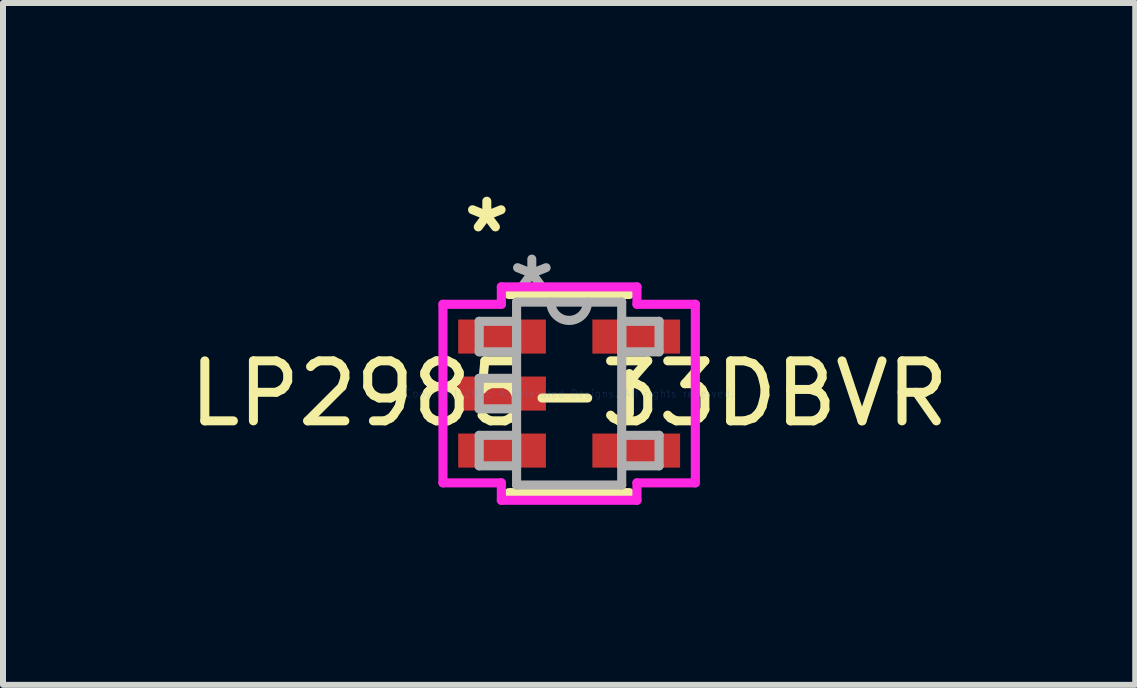
<source format=kicad_pcb>
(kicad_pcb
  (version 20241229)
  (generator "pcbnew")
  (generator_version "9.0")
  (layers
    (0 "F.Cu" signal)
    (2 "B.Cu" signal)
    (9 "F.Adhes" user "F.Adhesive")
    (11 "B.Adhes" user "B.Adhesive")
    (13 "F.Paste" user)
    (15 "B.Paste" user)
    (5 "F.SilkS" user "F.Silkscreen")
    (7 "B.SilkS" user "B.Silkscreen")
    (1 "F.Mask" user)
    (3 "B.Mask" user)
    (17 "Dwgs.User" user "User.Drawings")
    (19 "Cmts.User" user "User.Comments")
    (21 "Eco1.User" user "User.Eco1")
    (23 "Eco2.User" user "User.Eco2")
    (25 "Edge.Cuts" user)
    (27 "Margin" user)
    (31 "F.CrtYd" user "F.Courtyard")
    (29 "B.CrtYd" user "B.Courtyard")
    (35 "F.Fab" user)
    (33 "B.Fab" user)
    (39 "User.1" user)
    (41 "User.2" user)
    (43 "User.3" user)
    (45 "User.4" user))
  (footprint "LP2985-33DBVR"
    (layer "F.Cu")
    (at 6.435 3.509)
    (property "Reference" "LP2985-33DBVR" (at 0 0 0) (layer "F.SilkS") (effects (font (size 1 1) (thickness 0.15))))
    (attr through_hole)
    (fp_line (start -1.003 1.651) (end 1.003 1.651) (stroke (width 0.152) (type solid)) (layer "F.SilkS"))
    (fp_line (start 1.003 -1.651) (end -1.003 -1.651) (stroke (width 0.152) (type solid)) (layer "F.SilkS"))
    (fp_line (start 1.003 0.333) (end 1.003 -0.333) (stroke (width 0.152) (type solid)) (layer "F.SilkS"))
    (fp_line (start -2.103 -1.488) (end -1.13 -1.488) (stroke (width 0.152) (type solid)) (layer "F.CrtYd"))
    (fp_line (start -2.103 1.488) (end -2.103 -1.488) (stroke (width 0.152) (type solid)) (layer "F.CrtYd"))
    (fp_line (start -1.13 -1.778) (end 1.13 -1.778) (stroke (width 0.152) (type solid)) (layer "F.CrtYd"))
    (fp_line (start -1.13 -1.488) (end -1.13 -1.778) (stroke (width 0.152) (type solid)) (layer "F.CrtYd"))
    (fp_line (start -1.13 1.488) (end -2.103 1.488) (stroke (width 0.152) (type solid)) (layer "F.CrtYd"))
    (fp_line (start -1.13 1.778) (end -1.13 1.488) (stroke (width 0.152) (type solid)) (layer "F.CrtYd"))
    (fp_line (start 1.13 -1.778) (end 1.13 -1.488) (stroke (width 0.152) (type solid)) (layer "F.CrtYd"))
    (fp_line (start 1.13 -1.488) (end 2.103 -1.488) (stroke (width 0.152) (type solid)) (layer "F.CrtYd"))
    (fp_line (start 1.13 1.488) (end 1.13 1.778) (stroke (width 0.152) (type solid)) (layer "F.CrtYd"))
    (fp_line (start 1.13 1.778) (end -1.13 1.778) (stroke (width 0.152) (type solid)) (layer "F.CrtYd"))
    (fp_line (start 2.103 -1.488) (end 2.103 1.488) (stroke (width 0.152) (type solid)) (layer "F.CrtYd"))
    (fp_line (start 2.103 1.488) (end 1.13 1.488) (stroke (width 0.152) (type solid)) (layer "F.CrtYd"))
    (fp_line (start -1.499 -1.204) (end -1.499 -0.696) (stroke (width 0.152) (type solid)) (layer "F.Fab"))
    (fp_line (start -1.499 -0.696) (end -0.876 -0.696) (stroke (width 0.152) (type solid)) (layer "F.Fab"))
    (fp_line (start -1.499 -0.254) (end -1.499 0.254) (stroke (width 0.152) (type solid)) (layer "F.Fab"))
    (fp_line (start -1.499 0.254) (end -0.876 0.254) (stroke (width 0.152) (type solid)) (layer "F.Fab"))
    (fp_line (start -1.499 0.696) (end -1.499 1.204) (stroke (width 0.152) (type solid)) (layer "F.Fab"))
    (fp_line (start -1.499 1.204) (end -0.876 1.204) (stroke (width 0.152) (type solid)) (layer "F.Fab"))
    (fp_line (start -0.876 -1.524) (end -0.876 1.524) (stroke (width 0.152) (type solid)) (layer "F.Fab"))
    (fp_line (start -0.876 -1.204) (end -1.499 -1.204) (stroke (width 0.152) (type solid)) (layer "F.Fab"))
    (fp_line (start -0.876 -0.696) (end -0.876 -1.204) (stroke (width 0.152) (type solid)) (layer "F.Fab"))
    (fp_line (start -0.876 -0.254) (end -1.499 -0.254) (stroke (width 0.152) (type solid)) (layer "F.Fab"))
    (fp_line (start -0.876 0.254) (end -0.876 -0.254) (stroke (width 0.152) (type solid)) (layer "F.Fab"))
    (fp_line (start -0.876 0.696) (end -1.499 0.696) (stroke (width 0.152) (type solid)) (layer "F.Fab"))
    (fp_line (start -0.876 1.204) (end -0.876 0.696) (stroke (width 0.152) (type solid)) (layer "F.Fab"))
    (fp_line (start -0.876 1.524) (end 0.876 1.524) (stroke (width 0.152) (type solid)) (layer "F.Fab"))
    (fp_line (start 0.876 -1.524) (end -0.876 -1.524) (stroke (width 0.152) (type solid)) (layer "F.Fab"))
    (fp_line (start 0.876 -1.204) (end 0.876 -0.696) (stroke (width 0.152) (type solid)) (layer "F.Fab"))
    (fp_line (start 0.876 -0.696) (end 1.499 -0.696) (stroke (width 0.152) (type solid)) (layer "F.Fab"))
    (fp_line (start 0.876 0.696) (end 0.876 1.204) (stroke (width 0.152) (type solid)) (layer "F.Fab"))
    (fp_line (start 0.876 1.204) (end 1.499 1.204) (stroke (width 0.152) (type solid)) (layer "F.Fab"))
    (fp_line (start 0.876 1.524) (end 0.876 -1.524) (stroke (width 0.152) (type solid)) (layer "F.Fab"))
    (fp_line (start 1.499 -1.204) (end 0.876 -1.204) (stroke (width 0.152) (type solid)) (layer "F.Fab"))
    (fp_line (start 1.499 -0.696) (end 1.499 -1.204) (stroke (width 0.152) (type solid)) (layer "F.Fab"))
    (fp_line (start 1.499 0.696) (end 0.876 0.696) (stroke (width 0.152) (type solid)) (layer "F.Fab"))
    (fp_line (start 1.499 1.204) (end 1.499 0.696) (stroke (width 0.152) (type solid)) (layer "F.Fab"))
    (fp_arc (start 0.3048 -1.524) (mid 0 -1.2192) (end -0.3048 -1.524) (stroke (width 0.1524) (type solid)) (layer "F.Fab"))
    (fp_text user "*" (at -1.372 -2.661 0) (layer "F.SilkS") (effects (font (size 1 1) (thickness 0.15))))
    (fp_text user "Copyright 2016 Accelerated Designs. All rights reserved." (at 0 0 0) (layer "Cmts.User") (effects (font (size 0.127 0.127) (thickness 0.002))))
    (fp_text user "*" (at -0.622 -1.696 0) (layer "F.Fab") (effects (font (size 1 1) (thickness 0.15))))
    (pad "1" smd rect (at -1.118 -0.95) (size 1.462 0.568) (layers "F.Cu" "F.Mask" "F.Paste"))
    (pad "2" smd rect (at -1.118 0) (size 1.462 0.568) (layers "F.Cu" "F.Mask" "F.Paste"))
    (pad "3" smd rect (at -1.118 0.95) (size 1.462 0.568) (layers "F.Cu" "F.Mask" "F.Paste"))
    (pad "4" smd rect (at 1.118 0.95) (size 1.462 0.568) (layers "F.Cu" "F.Mask" "F.Paste"))
    (pad "5" smd rect (at 1.118 -0.95) (size 1.462 0.568) (layers "F.Cu" "F.Mask" "F.Paste")))
  (gr_rect
    (start -3 -3)
    (end 15.869 8.363)
    (stroke (width 0.1) (type default))
    (fill no)
    (layer "Edge.Cuts")))
</source>
